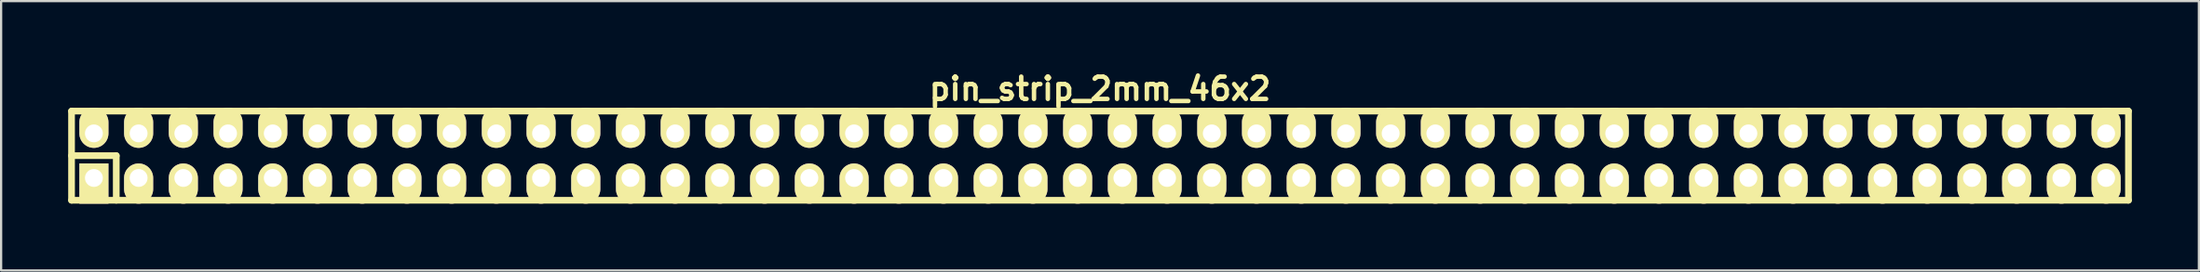
<source format=kicad_pcb>
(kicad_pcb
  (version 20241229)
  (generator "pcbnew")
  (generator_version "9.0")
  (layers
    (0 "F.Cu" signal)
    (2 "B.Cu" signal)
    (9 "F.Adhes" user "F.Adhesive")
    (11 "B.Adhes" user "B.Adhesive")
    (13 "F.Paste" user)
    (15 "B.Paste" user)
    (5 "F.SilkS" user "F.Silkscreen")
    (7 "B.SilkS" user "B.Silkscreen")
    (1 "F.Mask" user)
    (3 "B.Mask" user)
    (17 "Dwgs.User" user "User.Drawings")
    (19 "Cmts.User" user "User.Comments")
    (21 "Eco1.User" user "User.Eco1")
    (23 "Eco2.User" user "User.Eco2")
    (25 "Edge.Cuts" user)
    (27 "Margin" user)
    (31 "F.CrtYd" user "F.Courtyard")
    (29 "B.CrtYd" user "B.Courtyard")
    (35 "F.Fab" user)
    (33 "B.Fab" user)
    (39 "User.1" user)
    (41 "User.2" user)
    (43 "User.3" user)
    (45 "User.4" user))
  (footprint "pin_strip_2mm_46x2"
    (layer "F.Cu")
    (at 46.15 3.936)
    (property "Reference" "pin_strip_2mm_46x2" (at 0 -3 0) (layer "F.SilkS") (effects (font (size 1 1) (thickness 0.2))))
    (attr through_hole)
    (fp_line (start -46 -2) (end 46 -2) (stroke (width 0.3) (type solid)) (layer "F.SilkS"))
    (fp_line (start -46 0) (end -44 0) (stroke (width 0.3) (type solid)) (layer "F.SilkS"))
    (fp_line (start -46 2) (end -46 -2) (stroke (width 0.3) (type solid)) (layer "F.SilkS"))
    (fp_line (start -44 0) (end -44 2) (stroke (width 0.3) (type solid)) (layer "F.SilkS"))
    (fp_line (start 46 -2) (end 46 2) (stroke (width 0.3) (type solid)) (layer "F.SilkS"))
    (fp_line (start 46 2) (end -46 2) (stroke (width 0.3) (type solid)) (layer "F.SilkS"))
    (pad "1" thru_hole rect (at -45 1) (size 1.3 1.8) (drill 0.8 (offset 0 0.25)) (layers "*.Cu" "*.Mask" "F.SilkS"))
    (pad "2" thru_hole oval (at -45 -1) (size 1.3 1.8) (drill 0.8 (offset 0 -0.25)) (layers "*.Cu" "*.Mask" "F.SilkS"))
    (pad "3" thru_hole oval (at -43 1) (size 1.3 1.8) (drill 0.8 (offset 0 0.25)) (layers "*.Cu" "*.Mask" "F.SilkS"))
    (pad "4" thru_hole oval (at -43 -1) (size 1.3 1.8) (drill 0.8 (offset 0 -0.25)) (layers "*.Cu" "*.Mask" "F.SilkS"))
    (pad "5" thru_hole oval (at -41 1) (size 1.3 1.8) (drill 0.8 (offset 0 0.25)) (layers "*.Cu" "*.Mask" "F.SilkS"))
    (pad "6" thru_hole oval (at -41 -1) (size 1.3 1.8) (drill 0.8 (offset 0 -0.25)) (layers "*.Cu" "*.Mask" "F.SilkS"))
    (pad "7" thru_hole oval (at -39 1) (size 1.3 1.8) (drill 0.8 (offset 0 0.25)) (layers "*.Cu" "*.Mask" "F.SilkS"))
    (pad "8" thru_hole oval (at -39 -1) (size 1.3 1.8) (drill 0.8 (offset 0 -0.25)) (layers "*.Cu" "*.Mask" "F.SilkS"))
    (pad "9" thru_hole oval (at -37 1) (size 1.3 1.8) (drill 0.8 (offset 0 0.25)) (layers "*.Cu" "*.Mask" "F.SilkS"))
    (pad "10" thru_hole oval (at -37 -1) (size 1.3 1.8) (drill 0.8 (offset 0 -0.25)) (layers "*.Cu" "*.Mask" "F.SilkS"))
    (pad "11" thru_hole oval (at -35 1) (size 1.3 1.8) (drill 0.8 (offset 0 0.25)) (layers "*.Cu" "*.Mask" "F.SilkS"))
    (pad "12" thru_hole oval (at -35 -1) (size 1.3 1.8) (drill 0.8 (offset 0 -0.25)) (layers "*.Cu" "*.Mask" "F.SilkS"))
    (pad "13" thru_hole oval (at -33 1) (size 1.3 1.8) (drill 0.8 (offset 0 0.25)) (layers "*.Cu" "*.Mask" "F.SilkS"))
    (pad "14" thru_hole oval (at -33 -1) (size 1.3 1.8) (drill 0.8 (offset 0 -0.25)) (layers "*.Cu" "*.Mask" "F.SilkS"))
    (pad "15" thru_hole oval (at -31 1) (size 1.3 1.8) (drill 0.8 (offset 0 0.25)) (layers "*.Cu" "*.Mask" "F.SilkS"))
    (pad "16" thru_hole oval (at -31 -1) (size 1.3 1.8) (drill 0.8 (offset 0 -0.25)) (layers "*.Cu" "*.Mask" "F.SilkS"))
    (pad "17" thru_hole oval (at -29 1) (size 1.3 1.8) (drill 0.8 (offset 0 0.25)) (layers "*.Cu" "*.Mask" "F.SilkS"))
    (pad "18" thru_hole oval (at -29 -1) (size 1.3 1.8) (drill 0.8 (offset 0 -0.25)) (layers "*.Cu" "*.Mask" "F.SilkS"))
    (pad "19" thru_hole oval (at -27 1) (size 1.3 1.8) (drill 0.8 (offset 0 0.25)) (layers "*.Cu" "*.Mask" "F.SilkS"))
    (pad "20" thru_hole oval (at -27 -1) (size 1.3 1.8) (drill 0.8 (offset 0 -0.25)) (layers "*.Cu" "*.Mask" "F.SilkS"))
    (pad "21" thru_hole oval (at -25 1) (size 1.3 1.8) (drill 0.8 (offset 0 0.25)) (layers "*.Cu" "*.Mask" "F.SilkS"))
    (pad "22" thru_hole oval (at -25 -1) (size 1.3 1.8) (drill 0.8 (offset 0 -0.25)) (layers "*.Cu" "*.Mask" "F.SilkS"))
    (pad "23" thru_hole oval (at -23 1) (size 1.3 1.8) (drill 0.8 (offset 0 0.25)) (layers "*.Cu" "*.Mask" "F.SilkS"))
    (pad "24" thru_hole oval (at -23 -1) (size 1.3 1.8) (drill 0.8 (offset 0 -0.25)) (layers "*.Cu" "*.Mask" "F.SilkS"))
    (pad "25" thru_hole oval (at -21 1) (size 1.3 1.8) (drill 0.8 (offset 0 0.25)) (layers "*.Cu" "*.Mask" "F.SilkS"))
    (pad "26" thru_hole oval (at -21 -1) (size 1.3 1.8) (drill 0.8 (offset 0 -0.25)) (layers "*.Cu" "*.Mask" "F.SilkS"))
    (pad "27" thru_hole oval (at -19 1) (size 1.3 1.8) (drill 0.8 (offset 0 0.25)) (layers "*.Cu" "*.Mask" "F.SilkS"))
    (pad "28" thru_hole oval (at -19 -1) (size 1.3 1.8) (drill 0.8 (offset 0 -0.25)) (layers "*.Cu" "*.Mask" "F.SilkS"))
    (pad "29" thru_hole oval (at -17 1) (size 1.3 1.8) (drill 0.8 (offset 0 0.25)) (layers "*.Cu" "*.Mask" "F.SilkS"))
    (pad "30" thru_hole oval (at -17 -1) (size 1.3 1.8) (drill 0.8 (offset 0 -0.25)) (layers "*.Cu" "*.Mask" "F.SilkS"))
    (pad "31" thru_hole oval (at -15 1) (size 1.3 1.8) (drill 0.8 (offset 0 0.25)) (layers "*.Cu" "*.Mask" "F.SilkS"))
    (pad "32" thru_hole oval (at -15 -1) (size 1.3 1.8) (drill 0.8 (offset 0 -0.25)) (layers "*.Cu" "*.Mask" "F.SilkS"))
    (pad "33" thru_hole oval (at -13 1) (size 1.3 1.8) (drill 0.8 (offset 0 0.25)) (layers "*.Cu" "*.Mask" "F.SilkS"))
    (pad "34" thru_hole oval (at -13 -1) (size 1.3 1.8) (drill 0.8 (offset 0 -0.25)) (layers "*.Cu" "*.Mask" "F.SilkS"))
    (pad "35" thru_hole oval (at -11 1) (size 1.3 1.8) (drill 0.8 (offset 0 0.25)) (layers "*.Cu" "*.Mask" "F.SilkS"))
    (pad "36" thru_hole oval (at -11 -1) (size 1.3 1.8) (drill 0.8 (offset 0 -0.25)) (layers "*.Cu" "*.Mask" "F.SilkS"))
    (pad "37" thru_hole oval (at -9 1) (size 1.3 1.8) (drill 0.8 (offset 0 0.25)) (layers "*.Cu" "*.Mask" "F.SilkS"))
    (pad "38" thru_hole oval (at -9 -1) (size 1.3 1.8) (drill 0.8 (offset 0 -0.25)) (layers "*.Cu" "*.Mask" "F.SilkS"))
    (pad "39" thru_hole oval (at -7 1) (size 1.3 1.8) (drill 0.8 (offset 0 0.25)) (layers "*.Cu" "*.Mask" "F.SilkS"))
    (pad "40" thru_hole oval (at -7 -1) (size 1.3 1.8) (drill 0.8 (offset 0 -0.25)) (layers "*.Cu" "*.Mask" "F.SilkS"))
    (pad "41" thru_hole oval (at -5 1) (size 1.3 1.8) (drill 0.8 (offset 0 0.25)) (layers "*.Cu" "*.Mask" "F.SilkS"))
    (pad "42" thru_hole oval (at -5 -1) (size 1.3 1.8) (drill 0.8 (offset 0 -0.25)) (layers "*.Cu" "*.Mask" "F.SilkS"))
    (pad "43" thru_hole oval (at -3 1) (size 1.3 1.8) (drill 0.8 (offset 0 0.25)) (layers "*.Cu" "*.Mask" "F.SilkS"))
    (pad "44" thru_hole oval (at -3 -1) (size 1.3 1.8) (drill 0.8 (offset 0 -0.25)) (layers "*.Cu" "*.Mask" "F.SilkS"))
    (pad "45" thru_hole oval (at -1 1) (size 1.3 1.8) (drill 0.8 (offset 0 0.25)) (layers "*.Cu" "*.Mask" "F.SilkS"))
    (pad "46" thru_hole oval (at -1 -1) (size 1.3 1.8) (drill 0.8 (offset 0 -0.25)) (layers "*.Cu" "*.Mask" "F.SilkS"))
    (pad "47" thru_hole oval (at 1 1) (size 1.3 1.8) (drill 0.8 (offset 0 0.25)) (layers "*.Cu" "*.Mask" "F.SilkS"))
    (pad "48" thru_hole oval (at 1 -1) (size 1.3 1.8) (drill 0.8 (offset 0 -0.25)) (layers "*.Cu" "*.Mask" "F.SilkS"))
    (pad "49" thru_hole oval (at 3 1) (size 1.3 1.8) (drill 0.8 (offset 0 0.25)) (layers "*.Cu" "*.Mask" "F.SilkS"))
    (pad "50" thru_hole oval (at 3 -1) (size 1.3 1.8) (drill 0.8 (offset 0 -0.25)) (layers "*.Cu" "*.Mask" "F.SilkS"))
    (pad "51" thru_hole oval (at 5 1) (size 1.3 1.8) (drill 0.8 (offset 0 0.25)) (layers "*.Cu" "*.Mask" "F.SilkS"))
    (pad "52" thru_hole oval (at 5 -1) (size 1.3 1.8) (drill 0.8 (offset 0 -0.25)) (layers "*.Cu" "*.Mask" "F.SilkS"))
    (pad "53" thru_hole oval (at 7 1) (size 1.3 1.8) (drill 0.8 (offset 0 0.25)) (layers "*.Cu" "*.Mask" "F.SilkS"))
    (pad "54" thru_hole oval (at 7 -1) (size 1.3 1.8) (drill 0.8 (offset 0 -0.25)) (layers "*.Cu" "*.Mask" "F.SilkS"))
    (pad "55" thru_hole oval (at 9 1) (size 1.3 1.8) (drill 0.8 (offset 0 0.25)) (layers "*.Cu" "*.Mask" "F.SilkS"))
    (pad "56" thru_hole oval (at 9 -1) (size 1.3 1.8) (drill 0.8 (offset 0 -0.25)) (layers "*.Cu" "*.Mask" "F.SilkS"))
    (pad "57" thru_hole oval (at 11 1) (size 1.3 1.8) (drill 0.8 (offset 0 0.25)) (layers "*.Cu" "*.Mask" "F.SilkS"))
    (pad "58" thru_hole oval (at 11 -1) (size 1.3 1.8) (drill 0.8 (offset 0 -0.25)) (layers "*.Cu" "*.Mask" "F.SilkS"))
    (pad "59" thru_hole oval (at 13 1) (size 1.3 1.8) (drill 0.8 (offset 0 0.25)) (layers "*.Cu" "*.Mask" "F.SilkS"))
    (pad "60" thru_hole oval (at 13 -1) (size 1.3 1.8) (drill 0.8 (offset 0 -0.25)) (layers "*.Cu" "*.Mask" "F.SilkS"))
    (pad "61" thru_hole oval (at 15 1) (size 1.3 1.8) (drill 0.8 (offset 0 0.25)) (layers "*.Cu" "*.Mask" "F.SilkS"))
    (pad "62" thru_hole oval (at 15 -1) (size 1.3 1.8) (drill 0.8 (offset 0 -0.25)) (layers "*.Cu" "*.Mask" "F.SilkS"))
    (pad "63" thru_hole oval (at 17 1) (size 1.3 1.8) (drill 0.8 (offset 0 0.25)) (layers "*.Cu" "*.Mask" "F.SilkS"))
    (pad "64" thru_hole oval (at 17 -1) (size 1.3 1.8) (drill 0.8 (offset 0 -0.25)) (layers "*.Cu" "*.Mask" "F.SilkS"))
    (pad "65" thru_hole oval (at 19 1) (size 1.3 1.8) (drill 0.8 (offset 0 0.25)) (layers "*.Cu" "*.Mask" "F.SilkS"))
    (pad "66" thru_hole oval (at 19 -1) (size 1.3 1.8) (drill 0.8 (offset 0 -0.25)) (layers "*.Cu" "*.Mask" "F.SilkS"))
    (pad "67" thru_hole oval (at 21 1) (size 1.3 1.8) (drill 0.8 (offset 0 0.25)) (layers "*.Cu" "*.Mask" "F.SilkS"))
    (pad "68" thru_hole oval (at 21 -1) (size 1.3 1.8) (drill 0.8 (offset 0 -0.25)) (layers "*.Cu" "*.Mask" "F.SilkS"))
    (pad "69" thru_hole oval (at 23 1) (size 1.3 1.8) (drill 0.8 (offset 0 0.25)) (layers "*.Cu" "*.Mask" "F.SilkS"))
    (pad "70" thru_hole oval (at 23 -1) (size 1.3 1.8) (drill 0.8 (offset 0 -0.25)) (layers "*.Cu" "*.Mask" "F.SilkS"))
    (pad "71" thru_hole oval (at 25 1) (size 1.3 1.8) (drill 0.8 (offset 0 0.25)) (layers "*.Cu" "*.Mask" "F.SilkS"))
    (pad "72" thru_hole oval (at 25 -1) (size 1.3 1.8) (drill 0.8 (offset 0 -0.25)) (layers "*.Cu" "*.Mask" "F.SilkS"))
    (pad "73" thru_hole oval (at 27 1) (size 1.3 1.8) (drill 0.8 (offset 0 0.25)) (layers "*.Cu" "*.Mask" "F.SilkS"))
    (pad "74" thru_hole oval (at 27 -1) (size 1.3 1.8) (drill 0.8 (offset 0 -0.25)) (layers "*.Cu" "*.Mask" "F.SilkS"))
    (pad "75" thru_hole oval (at 29 1) (size 1.3 1.8) (drill 0.8 (offset 0 0.25)) (layers "*.Cu" "*.Mask" "F.SilkS"))
    (pad "76" thru_hole oval (at 29 -1) (size 1.3 1.8) (drill 0.8 (offset 0 -0.25)) (layers "*.Cu" "*.Mask" "F.SilkS"))
    (pad "77" thru_hole oval (at 31 1) (size 1.3 1.8) (drill 0.8 (offset 0 0.25)) (layers "*.Cu" "*.Mask" "F.SilkS"))
    (pad "78" thru_hole oval (at 31 -1) (size 1.3 1.8) (drill 0.8 (offset 0 -0.25)) (layers "*.Cu" "*.Mask" "F.SilkS"))
    (pad "79" thru_hole oval (at 33 1) (size 1.3 1.8) (drill 0.8 (offset 0 0.25)) (layers "*.Cu" "*.Mask" "F.SilkS"))
    (pad "80" thru_hole oval (at 33 -1) (size 1.3 1.8) (drill 0.8 (offset 0 -0.25)) (layers "*.Cu" "*.Mask" "F.SilkS"))
    (pad "81" thru_hole oval (at 35 1) (size 1.3 1.8) (drill 0.8 (offset 0 0.25)) (layers "*.Cu" "*.Mask" "F.SilkS"))
    (pad "82" thru_hole oval (at 35 -1) (size 1.3 1.8) (drill 0.8 (offset 0 -0.25)) (layers "*.Cu" "*.Mask" "F.SilkS"))
    (pad "83" thru_hole oval (at 37 1) (size 1.3 1.8) (drill 0.8 (offset 0 0.25)) (layers "*.Cu" "*.Mask" "F.SilkS"))
    (pad "84" thru_hole oval (at 37 -1) (size 1.3 1.8) (drill 0.8 (offset 0 -0.25)) (layers "*.Cu" "*.Mask" "F.SilkS"))
    (pad "85" thru_hole oval (at 39 1) (size 1.3 1.8) (drill 0.8 (offset 0 0.25)) (layers "*.Cu" "*.Mask" "F.SilkS"))
    (pad "86" thru_hole oval (at 39 -1) (size 1.3 1.8) (drill 0.8 (offset 0 -0.25)) (layers "*.Cu" "*.Mask" "F.SilkS"))
    (pad "87" thru_hole oval (at 41 1) (size 1.3 1.8) (drill 0.8 (offset 0 0.25)) (layers "*.Cu" "*.Mask" "F.SilkS"))
    (pad "88" thru_hole oval (at 41 -1) (size 1.3 1.8) (drill 0.8 (offset 0 -0.25)) (layers "*.Cu" "*.Mask" "F.SilkS"))
    (pad "89" thru_hole oval (at 43 1) (size 1.3 1.8) (drill 0.8 (offset 0 0.25)) (layers "*.Cu" "*.Mask" "F.SilkS"))
    (pad "90" thru_hole oval (at 43 -1) (size 1.3 1.8) (drill 0.8 (offset 0 -0.25)) (layers "*.Cu" "*.Mask" "F.SilkS"))
    (pad "91" thru_hole oval (at 45 1) (size 1.3 1.8) (drill 0.8 (offset 0 0.25)) (layers "*.Cu" "*.Mask" "F.SilkS"))
    (pad "92" thru_hole oval (at 45 -1) (size 1.3 1.8) (drill 0.8 (offset 0 -0.25)) (layers "*.Cu" "*.Mask" "F.SilkS")))
  (gr_rect
    (start -3 -3)
    (end 95.3 9.086)
    (stroke (width 0.1) (type default))
    (fill no)
    (layer "Edge.Cuts")))
</source>
